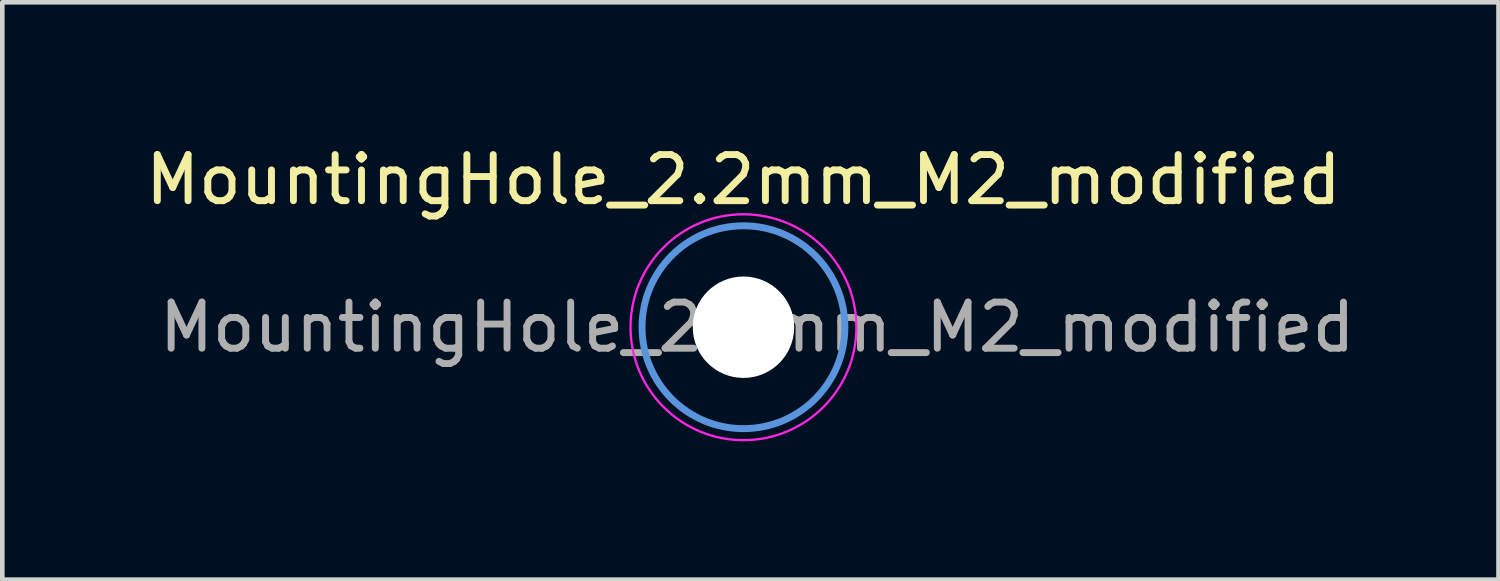
<source format=kicad_pcb>
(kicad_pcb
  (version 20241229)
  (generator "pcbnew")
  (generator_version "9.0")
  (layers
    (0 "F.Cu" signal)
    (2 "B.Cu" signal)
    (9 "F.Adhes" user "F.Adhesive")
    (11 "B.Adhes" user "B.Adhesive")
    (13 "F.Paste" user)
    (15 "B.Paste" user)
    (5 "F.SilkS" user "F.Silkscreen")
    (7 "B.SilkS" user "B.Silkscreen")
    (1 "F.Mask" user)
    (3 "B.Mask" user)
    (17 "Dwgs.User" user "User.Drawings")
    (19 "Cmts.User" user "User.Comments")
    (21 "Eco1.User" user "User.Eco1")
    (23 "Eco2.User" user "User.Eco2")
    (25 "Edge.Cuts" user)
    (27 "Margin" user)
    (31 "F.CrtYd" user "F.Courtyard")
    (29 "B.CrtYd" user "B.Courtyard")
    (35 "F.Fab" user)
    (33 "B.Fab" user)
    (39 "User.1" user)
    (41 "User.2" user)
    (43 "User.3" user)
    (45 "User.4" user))
  (footprint "MountingHole_2.2mm_M2_modified"
    (layer "F.Cu")
    (at 13.077 4.048)
    (property "Reference" "MountingHole_2.2mm_M2_modified" (at 0 -3.2 0) (layer "F.SilkS") (effects (font (size 1 1) (thickness 0.15))))
    (attr exclude_from_pos_files exclude_from_bom)
    (fp_circle (center 0 0) (end 2.2 0) (stroke (width 0.15) (type solid)) (fill no) (layer "Cmts.User"))
    (fp_circle (center 0 0) (end 0.94 -0.45) (stroke (width 0.12) (type solid)) (fill no) (layer "Eco2.User"))
    (fp_circle (center 0 0) (end 2.45 0) (stroke (width 0.05) (type solid)) (fill no) (layer "F.CrtYd"))
    (fp_text user "${REFERENCE}" (at 0.3 0 0) (layer "F.Fab") (effects (font (size 1 1) (thickness 0.15))))
    (pad "" np_thru_hole circle (at 0 0) (size 2.2 2.2) (drill 2.2) (layers "*.Cu" "*.Mask")))
  (gr_rect
    (start -3 -3)
    (end 29.455 9.523)
    (stroke (width 0.1) (type default))
    (fill no)
    (layer "Edge.Cuts")))
</source>
